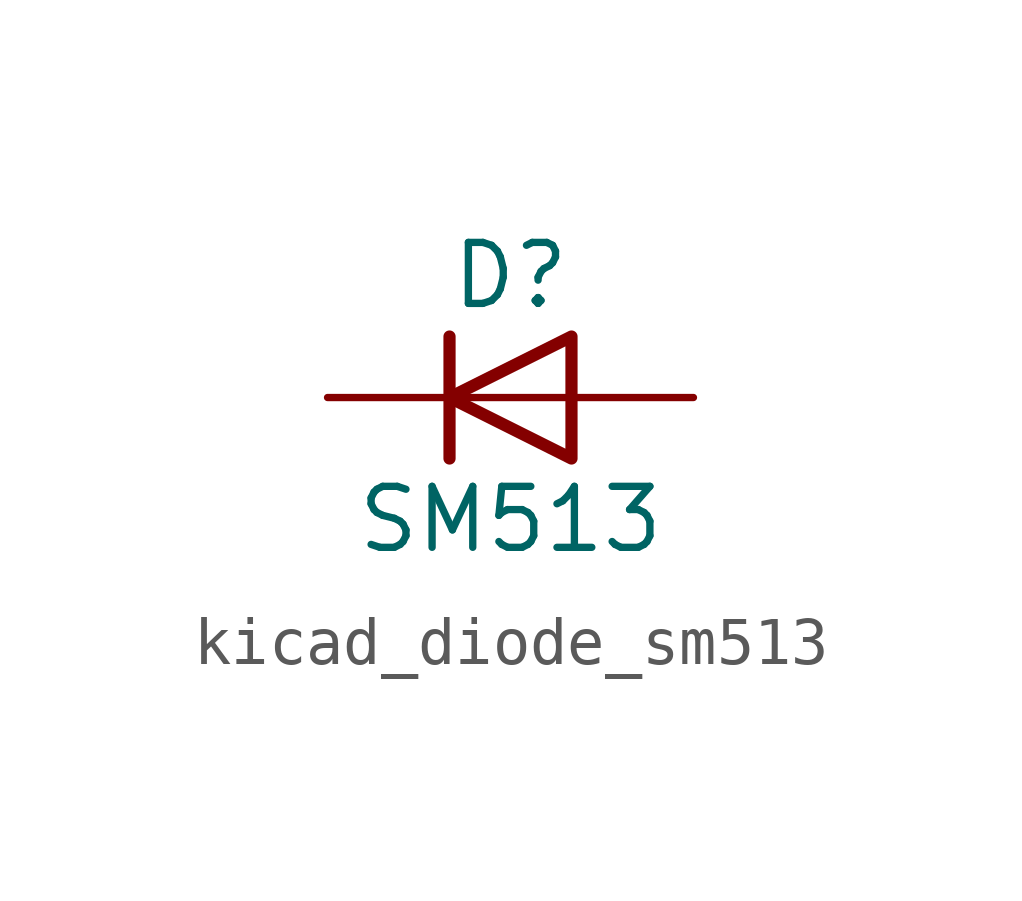
<source format=kicad_sym>
(kicad_symbol_lib
  (version 20220914)
  (generator kicad_symbol_editor)
  (symbol "kicad_diode_sm513"
    (pin_numbers hide)
    (pin_names hide)
    (property "Reference" "D"
      (at 0 2.54 0)
      (effects (font (size 1.27 1.27))))
    (property "Value" "SM513"
      (at 0 -2.54 0)
      (effects (font (size 1.27 1.27))))
    (symbol "kicad_diode_sm513_0_1"
      (polyline (pts (xy -1.27 1.27) (xy -1.27 -1.27)) (stroke (width 0.254) (type default)) (fill (type none)))
      (polyline (pts (xy 1.27 0) (xy -1.27 0)) (stroke (width 0) (type default)) (fill (type none)))
      (polyline (pts (xy 1.27 1.27) (xy 1.27 -1.27) (xy -1.27 0) (xy 1.27 1.27)) (stroke (width 0.254) (type default)) (fill (type none))))
    (symbol "kicad_diode_sm513_1_1"
      (pin passive line (at -3.81 0 0) (length 2.54) (name "K" (effects (font (size 1.27 1.27)))) (number "1" (effects (font (size 1.27 1.27)))))
      (pin passive line (at 3.81 0 180) (length 2.54) (name "A" (effects (font (size 1.27 1.27)))) (number "2" (effects (font (size 1.27 1.27))))))))
</source>
